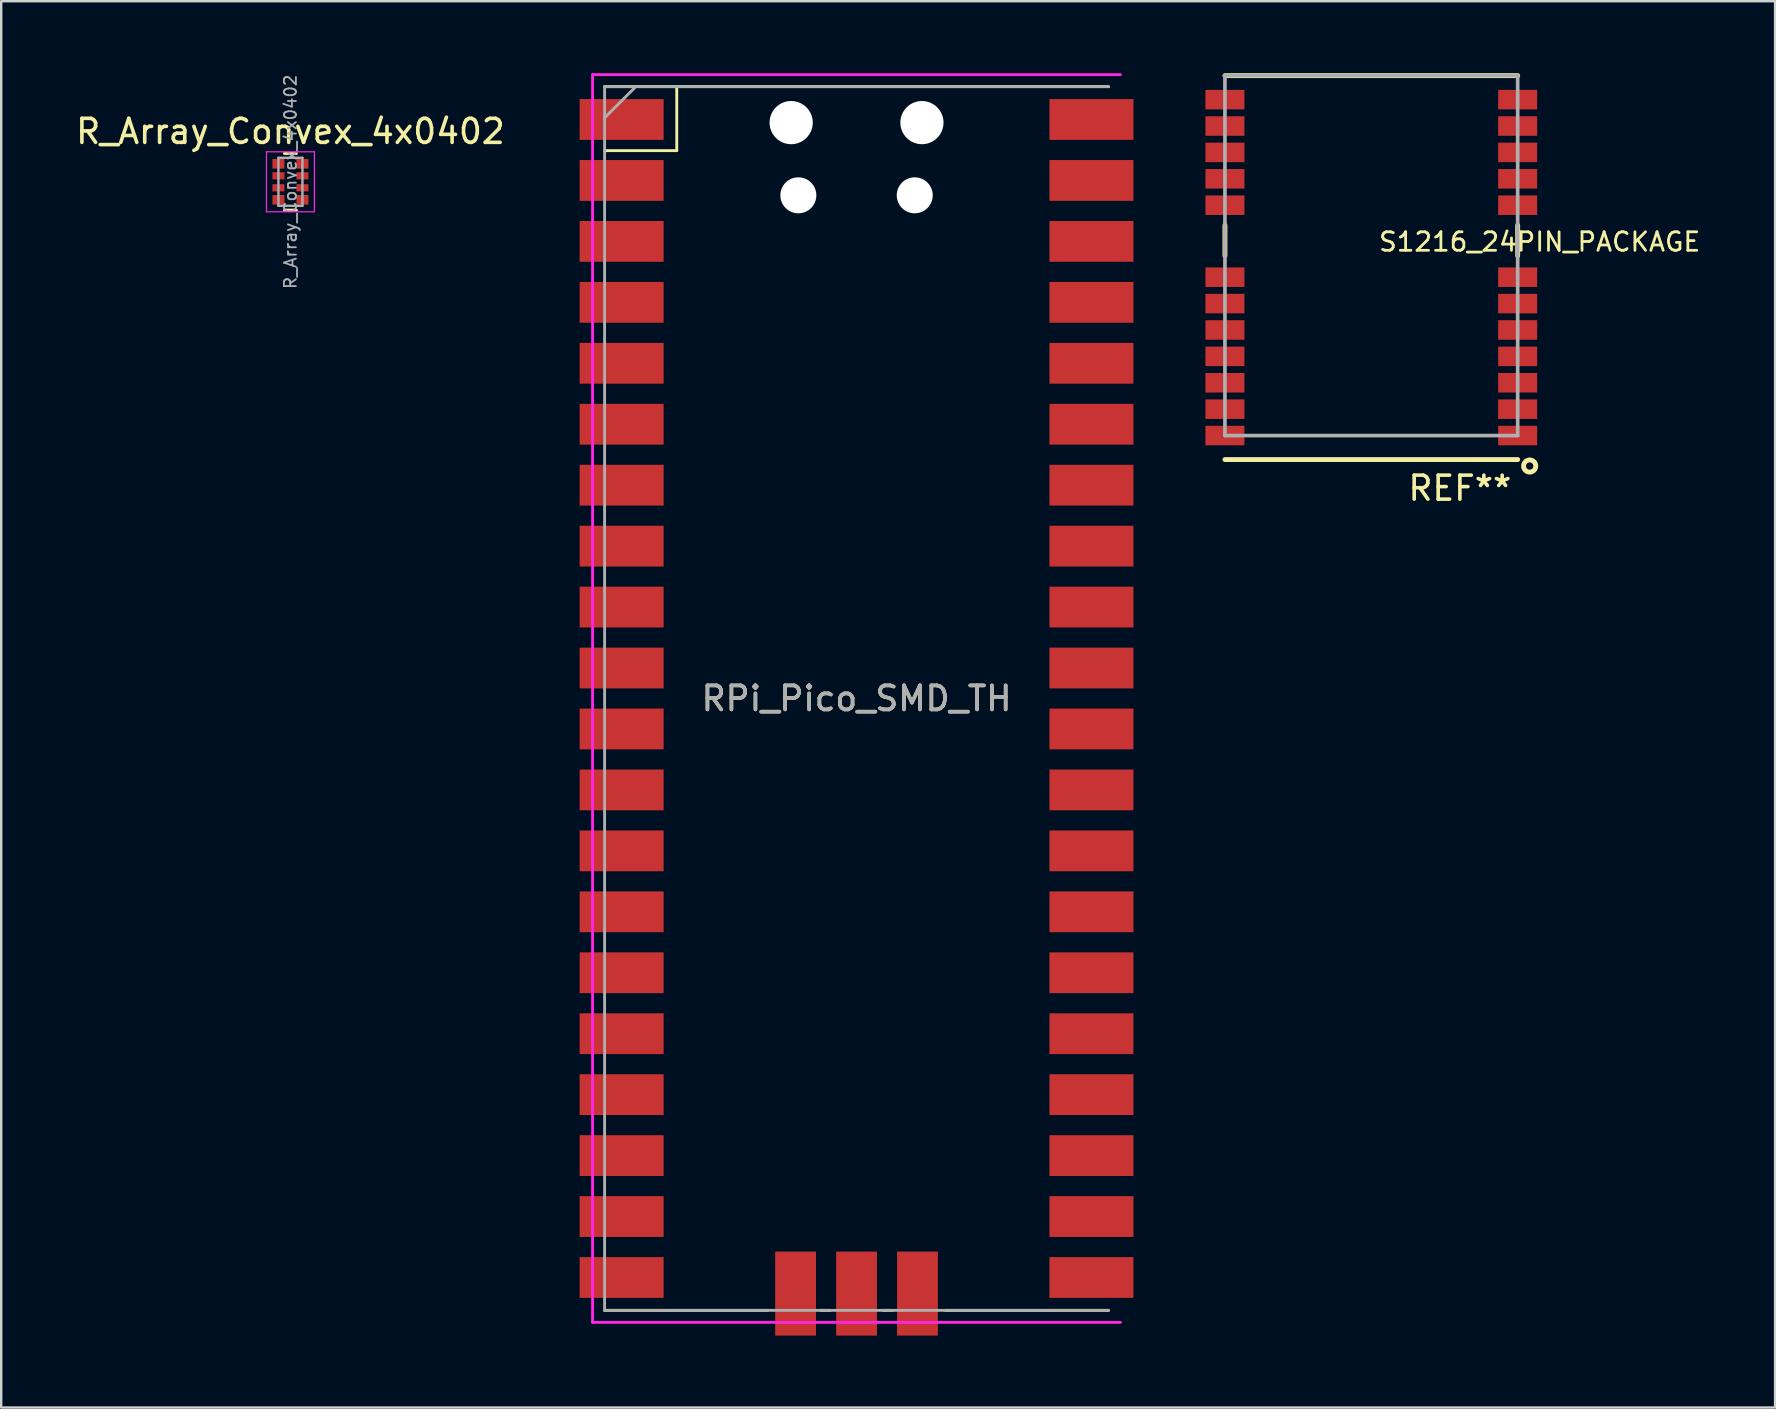
<source format=kicad_pcb>
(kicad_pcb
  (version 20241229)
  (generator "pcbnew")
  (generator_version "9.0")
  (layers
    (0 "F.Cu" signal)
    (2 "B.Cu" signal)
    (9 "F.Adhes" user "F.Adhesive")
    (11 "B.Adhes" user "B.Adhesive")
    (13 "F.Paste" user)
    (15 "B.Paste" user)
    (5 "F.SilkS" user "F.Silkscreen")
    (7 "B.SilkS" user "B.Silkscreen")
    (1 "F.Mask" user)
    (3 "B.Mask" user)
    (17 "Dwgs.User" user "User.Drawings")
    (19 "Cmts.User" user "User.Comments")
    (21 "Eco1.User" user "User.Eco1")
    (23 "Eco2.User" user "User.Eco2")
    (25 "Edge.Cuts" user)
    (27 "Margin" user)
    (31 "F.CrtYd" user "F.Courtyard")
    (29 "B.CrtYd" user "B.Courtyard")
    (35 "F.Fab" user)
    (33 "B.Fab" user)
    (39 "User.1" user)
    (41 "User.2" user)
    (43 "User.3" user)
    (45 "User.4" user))
  (footprint "RPi_Pico_SMD_TH"
    (layer "F.Cu")
    (at 32.647 26.06)
    (property "Reference" "RPi_Pico_SMD_TH" (at 0 0 0) (layer "F.SilkS") (effects (font (size 1 1) (thickness 0.15))))
    (attr through_hole)
    (fp_line (start -10.5 -25.5) (end 10.5 -25.5) (stroke (width 0.12) (type solid)) (layer "F.SilkS"))
    (fp_line (start -10.5 -22.833) (end -7.493 -22.833) (stroke (width 0.12) (type solid)) (layer "F.SilkS"))
    (fp_line (start -7.493 -22.833) (end -7.493 -25.5) (stroke (width 0.12) (type solid)) (layer "F.SilkS"))
    (fp_line (start -3.7 25.5) (end -10.5 25.5) (stroke (width 0.12) (type solid)) (layer "F.SilkS"))
    (fp_line (start -1.5 25.5) (end -1.1 25.5) (stroke (width 0.12) (type solid)) (layer "F.SilkS"))
    (fp_line (start 1.1 25.5) (end 1.5 25.5) (stroke (width 0.12) (type solid)) (layer "F.SilkS"))
    (fp_line (start 10.5 25.5) (end 3.7 25.5) (stroke (width 0.12) (type solid)) (layer "F.SilkS"))
    (fp_line (start -11 -26) (end 11 -26) (stroke (width 0.12) (type solid)) (layer "F.CrtYd"))
    (fp_line (start -11 26) (end -11 -26) (stroke (width 0.12) (type solid)) (layer "F.CrtYd"))
    (fp_line (start 11 26) (end -11 26) (stroke (width 0.12) (type solid)) (layer "F.CrtYd"))
    (fp_line (start -10.5 -25.5) (end 10.5 -25.5) (stroke (width 0.12) (type solid)) (layer "F.Fab"))
    (fp_line (start -10.5 -24.2) (end -9.2 -25.5) (stroke (width 0.12) (type solid)) (layer "F.Fab"))
    (fp_line (start -10.5 25.5) (end -10.5 -25.5) (stroke (width 0.12) (type solid)) (layer "F.Fab"))
    (fp_line (start 10.5 25.5) (end -10.5 25.5) (stroke (width 0.12) (type solid)) (layer "F.Fab"))
    (fp_text user "${REFERENCE}" (at 0 0 180) (layer "F.Fab") (effects (font (size 1 1) (thickness 0.15))))
    (pad "" np_thru_hole oval (at -2.725 -24) (size 1.8 1.8) (drill 1.8) (layers "*.Cu" "*.Mask"))
    (pad "" np_thru_hole oval (at -2.425 -20.97) (size 1.5 1.5) (drill 1.5) (layers "*.Cu" "*.Mask"))
    (pad "" np_thru_hole oval (at 2.425 -20.97) (size 1.5 1.5) (drill 1.5) (layers "*.Cu" "*.Mask"))
    (pad "" np_thru_hole oval (at 2.725 -24) (size 1.8 1.8) (drill 1.8) (layers "*.Cu" "*.Mask"))
    (pad "1" smd rect (at -8.89 -24.13) (size 3.5 1.7) (drill (offset -0.9 0)) (layers "F.Cu" "F.Mask"))
    (pad "2" smd rect (at -8.89 -21.59) (size 3.5 1.7) (drill (offset -0.9 0)) (layers "F.Cu" "F.Mask"))
    (pad "3" smd rect (at -8.89 -19.05) (size 3.5 1.7) (drill (offset -0.9 0)) (layers "F.Cu" "F.Mask"))
    (pad "4" smd rect (at -8.89 -16.51) (size 3.5 1.7) (drill (offset -0.9 0)) (layers "F.Cu" "F.Mask"))
    (pad "5" smd rect (at -8.89 -13.97) (size 3.5 1.7) (drill (offset -0.9 0)) (layers "F.Cu" "F.Mask"))
    (pad "6" smd rect (at -8.89 -11.43) (size 3.5 1.7) (drill (offset -0.9 0)) (layers "F.Cu" "F.Mask"))
    (pad "7" smd rect (at -8.89 -8.89) (size 3.5 1.7) (drill (offset -0.9 0)) (layers "F.Cu" "F.Mask"))
    (pad "8" smd rect (at -8.89 -6.35) (size 3.5 1.7) (drill (offset -0.9 0)) (layers "F.Cu" "F.Mask"))
    (pad "9" smd rect (at -8.89 -3.81) (size 3.5 1.7) (drill (offset -0.9 0)) (layers "F.Cu" "F.Mask"))
    (pad "10" smd rect (at -8.89 -1.27) (size 3.5 1.7) (drill (offset -0.9 0)) (layers "F.Cu" "F.Mask"))
    (pad "11" smd rect (at -8.89 1.27) (size 3.5 1.7) (drill (offset -0.9 0)) (layers "F.Cu" "F.Mask"))
    (pad "12" smd rect (at -8.89 3.81) (size 3.5 1.7) (drill (offset -0.9 0)) (layers "F.Cu" "F.Mask"))
    (pad "13" smd rect (at -8.89 6.35) (size 3.5 1.7) (drill (offset -0.9 0)) (layers "F.Cu" "F.Mask"))
    (pad "14" smd rect (at -8.89 8.89) (size 3.5 1.7) (drill (offset -0.9 0)) (layers "F.Cu" "F.Mask"))
    (pad "15" smd rect (at -8.89 11.43) (size 3.5 1.7) (drill (offset -0.9 0)) (layers "F.Cu" "F.Mask"))
    (pad "16" smd rect (at -8.89 13.97) (size 3.5 1.7) (drill (offset -0.9 0)) (layers "F.Cu" "F.Mask"))
    (pad "17" smd rect (at -8.89 16.51) (size 3.5 1.7) (drill (offset -0.9 0)) (layers "F.Cu" "F.Mask"))
    (pad "18" smd rect (at -8.89 19.05) (size 3.5 1.7) (drill (offset -0.9 0)) (layers "F.Cu" "F.Mask"))
    (pad "19" smd rect (at -8.89 21.59) (size 3.5 1.7) (drill (offset -0.9 0)) (layers "F.Cu" "F.Mask"))
    (pad "20" smd rect (at -8.89 24.13) (size 3.5 1.7) (drill (offset -0.9 0)) (layers "F.Cu" "F.Mask"))
    (pad "21" smd rect (at 8.89 24.13) (size 3.5 1.7) (drill (offset 0.9 0)) (layers "F.Cu" "F.Mask"))
    (pad "22" smd rect (at 8.89 21.59) (size 3.5 1.7) (drill (offset 0.9 0)) (layers "F.Cu" "F.Mask"))
    (pad "23" smd rect (at 8.89 19.05) (size 3.5 1.7) (drill (offset 0.9 0)) (layers "F.Cu" "F.Mask"))
    (pad "24" smd rect (at 8.89 16.51) (size 3.5 1.7) (drill (offset 0.9 0)) (layers "F.Cu" "F.Mask"))
    (pad "25" smd rect (at 8.89 13.97) (size 3.5 1.7) (drill (offset 0.9 0)) (layers "F.Cu" "F.Mask"))
    (pad "26" smd rect (at 8.89 11.43) (size 3.5 1.7) (drill (offset 0.9 0)) (layers "F.Cu" "F.Mask"))
    (pad "27" smd rect (at 8.89 8.89) (size 3.5 1.7) (drill (offset 0.9 0)) (layers "F.Cu" "F.Mask"))
    (pad "28" smd rect (at 8.89 6.35) (size 3.5 1.7) (drill (offset 0.9 0)) (layers "F.Cu" "F.Mask"))
    (pad "29" smd rect (at 8.89 3.81) (size 3.5 1.7) (drill (offset 0.9 0)) (layers "F.Cu" "F.Mask"))
    (pad "30" smd rect (at 8.89 1.27) (size 3.5 1.7) (drill (offset 0.9 0)) (layers "F.Cu" "F.Mask"))
    (pad "31" smd rect (at 8.89 -1.27) (size 3.5 1.7) (drill (offset 0.9 0)) (layers "F.Cu" "F.Mask"))
    (pad "32" smd rect (at 8.89 -3.81) (size 3.5 1.7) (drill (offset 0.9 0)) (layers "F.Cu" "F.Mask"))
    (pad "33" smd rect (at 8.89 -6.35) (size 3.5 1.7) (drill (offset 0.9 0)) (layers "F.Cu" "F.Mask"))
    (pad "34" smd rect (at 8.89 -8.89) (size 3.5 1.7) (drill (offset 0.9 0)) (layers "F.Cu" "F.Mask"))
    (pad "35" smd rect (at 8.89 -11.43) (size 3.5 1.7) (drill (offset 0.9 0)) (layers "F.Cu" "F.Mask"))
    (pad "36" smd rect (at 8.89 -13.97) (size 3.5 1.7) (drill (offset 0.9 0)) (layers "F.Cu" "F.Mask"))
    (pad "37" smd rect (at 8.89 -16.51) (size 3.5 1.7) (drill (offset 0.9 0)) (layers "F.Cu" "F.Mask"))
    (pad "38" smd rect (at 8.89 -19.05) (size 3.5 1.7) (drill (offset 0.9 0)) (layers "F.Cu" "F.Mask"))
    (pad "39" smd rect (at 8.89 -21.59) (size 3.5 1.7) (drill (offset 0.9 0)) (layers "F.Cu" "F.Mask"))
    (pad "40" smd rect (at 8.89 -24.13) (size 3.5 1.7) (drill (offset 0.9 0)) (layers "F.Cu" "F.Mask"))
    (pad "41" smd rect (at -2.54 23.9 90) (size 3.5 1.7) (drill (offset -0.9 0)) (layers "F.Cu" "F.Mask"))
    (pad "42" smd rect (at 0 23.9 90) (size 3.5 1.7) (drill (offset -0.9 0)) (layers "F.Cu" "F.Mask"))
    (pad "43" smd rect (at 2.54 23.9 90) (size 3.5 1.7) (drill (offset -0.9 0)) (layers "F.Cu" "F.Mask"))
    (zone (net_name "") (layer "F.Cu") (hatch edge 0.508) (connect_pads) (min_thickness 0.254) (filled_areas_thickness no) (keepout (tracks not_allowed) (vias not_allowed) (pads not_allowed) (copperpour not_allowed) (footprints allowed)) (placement (enabled no)) (fill) (polygon (pts (xy 31.347 14.76) (xy 28.947 14.76) (xy 28.947 7.36) (xy 31.347 7.36))))
    (zone (net_name "") (layer "F.Cu") (hatch edge 0.508) (connect_pads) (min_thickness 0.254) (filled_areas_thickness no) (keepout (tracks not_allowed) (vias not_allowed) (pads not_allowed) (copperpour not_allowed) (footprints allowed)) (placement (enabled no)) (fill) (polygon (pts (xy 36.447 5.96) (xy 28.847 5.96) (xy 28.847 1.06) (xy 36.447 1.06)))))
  (footprint "S1216_24PIN_PACKAGE"
    (layer "F.Cu")
    (at 54.35 7.482)
    (property "Reference" "S1216_24PIN_PACKAGE" (at 0 0 180) (layer "F.SilkS") (effects (font (size 0.772 0.772) (thickness 0.116)) (justify left bottom)))
    (attr through_hole)
    (fp_line (start -6.35 -1.143) (end -6.35 0.127) (stroke (width 0.203) (type solid)) (layer "F.SilkS"))
    (fp_line (start -6.35 8.62) (end 5.85 8.62) (stroke (width 0.203) (type solid)) (layer "F.SilkS"))
    (fp_line (start 5.85 -7.38) (end -6.35 -7.38) (stroke (width 0.203) (type solid)) (layer "F.SilkS"))
    (fp_line (start 5.85 0.127) (end 5.85 -1.143) (stroke (width 0.203) (type solid)) (layer "F.SilkS"))
    (fp_circle (center 6.35 8.89) (end 6.604 8.89) (stroke (width 0.203) (type solid)) (fill no) (layer "F.SilkS"))
    (fp_line (start -6.35 -7.38) (end -6.35 7.62) (stroke (width 0.152) (type solid)) (layer "F.Fab"))
    (fp_line (start -6.35 7.62) (end 5.85 7.62) (stroke (width 0.152) (type solid)) (layer "F.Fab"))
    (fp_line (start 5.85 -7.38) (end -6.35 -7.38) (stroke (width 0.152) (type solid)) (layer "F.Fab"))
    (fp_line (start 5.85 7.62) (end 5.85 -7.38) (stroke (width 0.152) (type solid)) (layer "F.Fab"))
    (fp_text user "REF**" (at 1.2 10.4 0) (layer "F.SilkS") (effects (font (size 1 1) (thickness 0.15)) (justify left bottom)))
    (pad "1" smd rect (at 5.85 7.62 90) (size 0.813 1.626) (layers "F.Cu" "F.Mask" "F.Paste"))
    (pad "2" smd rect (at 5.85 6.52 90) (size 0.813 1.626) (layers "F.Cu" "F.Mask" "F.Paste"))
    (pad "3" smd rect (at 5.85 5.42 90) (size 0.813 1.626) (layers "F.Cu" "F.Mask" "F.Paste"))
    (pad "4" smd rect (at 5.85 4.32 90) (size 0.813 1.626) (layers "F.Cu" "F.Mask" "F.Paste"))
    (pad "5" smd rect (at 5.85 3.22 90) (size 0.813 1.626) (layers "F.Cu" "F.Mask" "F.Paste"))
    (pad "6" smd rect (at 5.85 2.12 90) (size 0.813 1.626) (layers "F.Cu" "F.Mask" "F.Paste"))
    (pad "7" smd rect (at 5.85 1.02 90) (size 0.813 1.626) (layers "F.Cu" "F.Mask" "F.Paste"))
    (pad "8" smd rect (at 5.85 -1.98 90) (size 0.813 1.626) (layers "F.Cu" "F.Mask" "F.Paste"))
    (pad "9" smd rect (at 5.85 -3.08 90) (size 0.813 1.626) (layers "F.Cu" "F.Mask" "F.Paste"))
    (pad "10" smd rect (at 5.85 -4.18 90) (size 0.813 1.626) (layers "F.Cu" "F.Mask" "F.Paste"))
    (pad "11" smd rect (at 5.85 -5.28 90) (size 0.813 1.626) (layers "F.Cu" "F.Mask" "F.Paste"))
    (pad "12" smd rect (at 5.85 -6.38 90) (size 0.813 1.626) (layers "F.Cu" "F.Mask" "F.Paste"))
    (pad "13" smd rect (at -6.35 -6.38 90) (size 0.813 1.626) (layers "F.Cu" "F.Mask" "F.Paste"))
    (pad "14" smd rect (at -6.35 -5.28 90) (size 0.813 1.626) (layers "F.Cu" "F.Mask" "F.Paste"))
    (pad "15" smd rect (at -6.35 -4.18 90) (size 0.813 1.626) (layers "F.Cu" "F.Mask" "F.Paste"))
    (pad "16" smd rect (at -6.35 -3.08 90) (size 0.813 1.626) (layers "F.Cu" "F.Mask" "F.Paste"))
    (pad "17" smd rect (at -6.35 -1.98 90) (size 0.813 1.626) (layers "F.Cu" "F.Mask" "F.Paste"))
    (pad "18" smd rect (at -6.35 1.02 90) (size 0.813 1.626) (layers "F.Cu" "F.Mask" "F.Paste"))
    (pad "19" smd rect (at -6.35 2.12 90) (size 0.813 1.626) (layers "F.Cu" "F.Mask" "F.Paste"))
    (pad "20" smd rect (at -6.35 3.22 90) (size 0.813 1.626) (layers "F.Cu" "F.Mask" "F.Paste"))
    (pad "21" smd rect (at -6.35 4.32 90) (size 0.813 1.626) (layers "F.Cu" "F.Mask" "F.Paste"))
    (pad "22" smd rect (at -6.35 5.42 90) (size 0.813 1.626) (layers "F.Cu" "F.Mask" "F.Paste"))
    (pad "23" smd rect (at -6.35 6.52 90) (size 0.813 1.626) (layers "F.Cu" "F.Mask" "F.Paste"))
    (pad "24" smd rect (at -6.35 7.62 90) (size 0.813 1.626) (layers "F.Cu" "F.Mask" "F.Paste")))
  (footprint "R_Array_Convex_4x0402"
    (layer "F.Cu")
    (at 9.054 4.527)
    (property "Reference" "R_Array_Convex_4x0402" (at 0 -2.1 0) (layer "F.SilkS") (effects (font (size 1 1) (thickness 0.15))))
    (attr smd)
    (fp_line (start 0.25 -1.18) (end -0.25 -1.18) (stroke (width 0.12) (type solid)) (layer "F.SilkS"))
    (fp_line (start 0.25 1.18) (end -0.25 1.18) (stroke (width 0.12) (type solid)) (layer "F.SilkS"))
    (fp_line (start -1 -1.25) (end -1 1.25) (stroke (width 0.05) (type solid)) (layer "F.CrtYd"))
    (fp_line (start -1 -1.25) (end 1 -1.25) (stroke (width 0.05) (type solid)) (layer "F.CrtYd"))
    (fp_line (start 1 1.25) (end -1 1.25) (stroke (width 0.05) (type solid)) (layer "F.CrtYd"))
    (fp_line (start 1 1.25) (end 1 -1.25) (stroke (width 0.05) (type solid)) (layer "F.CrtYd"))
    (fp_line (start -0.5 -1) (end 0.5 -1) (stroke (width 0.1) (type solid)) (layer "F.Fab"))
    (fp_line (start -0.5 1) (end -0.5 -1) (stroke (width 0.1) (type solid)) (layer "F.Fab"))
    (fp_line (start 0.5 -1) (end 0.5 1) (stroke (width 0.1) (type solid)) (layer "F.Fab"))
    (fp_line (start 0.5 1) (end -0.5 1) (stroke (width 0.1) (type solid)) (layer "F.Fab"))
    (fp_text user "${REFERENCE}" (at 0 0 90) (layer "F.Fab") (effects (font (size 0.5 0.5) (thickness 0.075))))
    (pad "1" smd rect (at -0.5 -0.75) (size 0.5 0.4) (layers "F.Cu" "F.Mask" "F.Paste"))
    (pad "2" smd rect (at -0.5 -0.25) (size 0.5 0.3) (layers "F.Cu" "F.Mask" "F.Paste"))
    (pad "3" smd rect (at -0.5 0.25) (size 0.5 0.3) (layers "F.Cu" "F.Mask" "F.Paste"))
    (pad "4" smd rect (at -0.5 0.75) (size 0.5 0.4) (layers "F.Cu" "F.Mask" "F.Paste"))
    (pad "5" smd rect (at 0.5 0.75) (size 0.5 0.4) (layers "F.Cu" "F.Mask" "F.Paste"))
    (pad "6" smd rect (at 0.5 0.25) (size 0.5 0.3) (layers "F.Cu" "F.Mask" "F.Paste"))
    (pad "7" smd rect (at 0.5 -0.25) (size 0.5 0.3) (layers "F.Cu" "F.Mask" "F.Paste"))
    (pad "8" smd rect (at 0.5 -0.75) (size 0.5 0.4) (layers "F.Cu" "F.Mask" "F.Paste")))
  (gr_rect
    (start -3 -3)
    (end 70.927 55.61)
    (stroke (width 0.1) (type default))
    (fill no)
    (layer "Edge.Cuts")))
</source>
